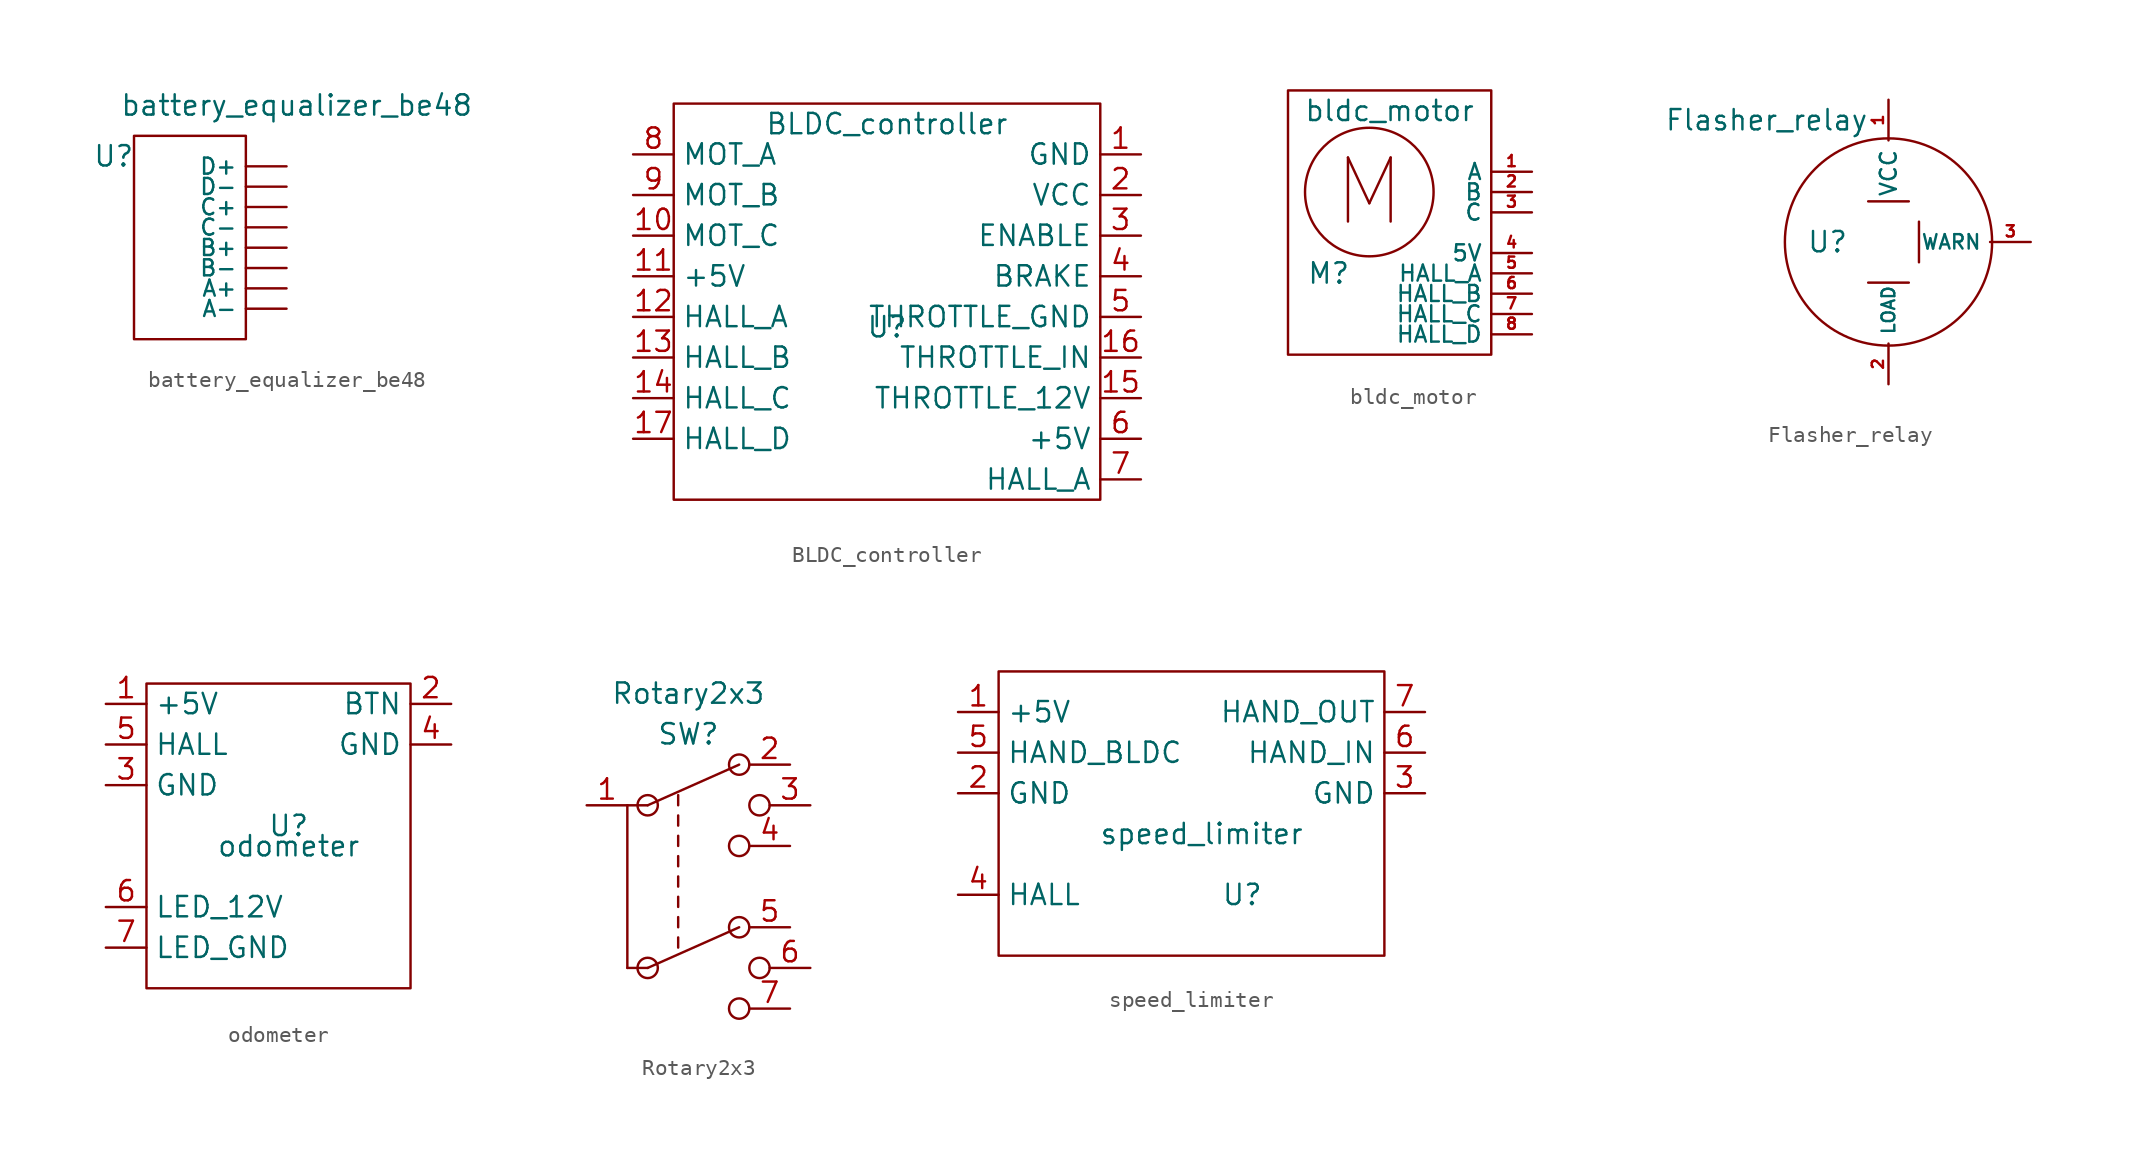
<source format=kicad_sym>
(kicad_symbol_lib
  (version 20211014)
  (generator kicad_symbol_editor)
  (symbol "battery_equalizer_be48"
    (property "Reference" "U"
      (at -6.985 4.445 0)
      (effects (font (size 1.27 1.27))))
    (property "Value" "battery_equalizer_be48"
      (at 4.445 7.62 0)
      (effects (font (size 1.27 1.27))))
    (symbol "battery_equalizer_be48_0_1"
      (rectangle (start -5.715 5.715) (end 1.27 -6.985) (stroke (width 0) (type default) (color 0 0 0 0)) (fill (type none))))
    (symbol "battery_equalizer_be48_1_1"
      (pin bidirectional line (at 3.81 -3.81 180) (length 2.54) (name "A+" (effects (font (size 1 1)))) (number "" (effects (font (size 1.27 1.27)))))
      (pin bidirectional line (at 3.81 -5.08 180) (length 2.54) (name "A-" (effects (font (size 1 1)))) (number "" (effects (font (size 1.27 1.27)))))
      (pin bidirectional line (at 3.81 -1.27 180) (length 2.54) (name "B+" (effects (font (size 1 1)))) (number "" (effects (font (size 1.27 1.27)))))
      (pin bidirectional line (at 3.81 -2.54 180) (length 2.54) (name "B-" (effects (font (size 1 1)))) (number "" (effects (font (size 1.27 1.27)))))
      (pin bidirectional line (at 3.81 1.27 180) (length 2.54) (name "C+" (effects (font (size 1 1)))) (number "" (effects (font (size 1.27 1.27)))))
      (pin bidirectional line (at 3.81 0 180) (length 2.54) (name "C-" (effects (font (size 1 1)))) (number "" (effects (font (size 1.27 1.27)))))
      (pin bidirectional line (at 3.81 3.81 180) (length 2.54) (name "D+" (effects (font (size 1 1)))) (number "" (effects (font (size 1.27 1.27)))))
      (pin bidirectional line (at 3.81 2.54 180) (length 2.54) (name "D-" (effects (font (size 1 1)))) (number "" (effects (font (size 1.27 1.27)))))))
  (symbol "BLDC_controller"
    (property "Reference" "U"
      (at 0.635 -3.175 0)
      (effects (font (size 1.27 1.27))))
    (property "Value" "BLDC_controller"
      (at 0.635 9.525 0)
      (effects (font (size 1.27 1.27))))
    (symbol "BLDC_controller_0_1"
      (rectangle (start -12.7 10.795) (end 13.97 -13.97) (stroke (width 0) (type default) (color 0 0 0 0)) (fill (type none))))
    (symbol "BLDC_controller_1_1"
      (pin power_in line (at 16.51 7.62 180) (length 2.54) (name "GND" (effects (font (size 1.27 1.27)))) (number "1" (effects (font (size 1.27 1.27)))))
      (pin power_out line (at -15.24 2.54 0) (length 2.54) (name "MOT_C" (effects (font (size 1.27 1.27)))) (number "10" (effects (font (size 1.27 1.27)))))
      (pin output line (at -15.24 0 0) (length 2.54) (name "+5V" (effects (font (size 1.27 1.27)))) (number "11" (effects (font (size 1.27 1.27)))))
      (pin input line (at -15.24 -2.54 0) (length 2.54) (name "HALL_A" (effects (font (size 1.27 1.27)))) (number "12" (effects (font (size 1.27 1.27)))))
      (pin input line (at -15.24 -5.08 0) (length 2.54) (name "HALL_B" (effects (font (size 1.27 1.27)))) (number "13" (effects (font (size 1.27 1.27)))))
      (pin input line (at -15.24 -7.62 0) (length 2.54) (name "HALL_C" (effects (font (size 1.27 1.27)))) (number "14" (effects (font (size 1.27 1.27)))))
      (pin output line (at 16.51 -7.62 180) (length 2.54) (name "THROTTLE_12V" (effects (font (size 1.27 1.27)))) (number "15" (effects (font (size 1.27 1.27)))))
      (pin input line (at 16.51 -5.08 180) (length 2.54) (name "THROTTLE_IN" (effects (font (size 1.27 1.27)))) (number "16" (effects (font (size 1.27 1.27)))))
      (pin input line (at -15.24 -10.16 0) (length 2.54) (name "HALL_D" (effects (font (size 1.27 1.27)))) (number "17" (effects (font (size 1.27 1.27)))))
      (pin power_in line (at 16.51 5.08 180) (length 2.54) (name "VCC" (effects (font (size 1.27 1.27)))) (number "2" (effects (font (size 1.27 1.27)))))
      (pin input line (at 16.51 2.54 180) (length 2.54) (name "ENABLE" (effects (font (size 1.27 1.27)))) (number "3" (effects (font (size 1.27 1.27)))))
      (pin input line (at 16.51 0 180) (length 2.54) (name "BRAKE" (effects (font (size 1.27 1.27)))) (number "4" (effects (font (size 1.27 1.27)))))
      (pin output line (at 16.51 -2.54 180) (length 2.54) (name "THROTTLE_GND" (effects (font (size 1.27 1.27)))) (number "5" (effects (font (size 1.27 1.27)))))
      (pin output line (at 16.51 -10.16 180) (length 2.54) (name "+5V" (effects (font (size 1.27 1.27)))) (number "6" (effects (font (size 1.27 1.27)))))
      (pin output line (at 16.51 -12.7 180) (length 2.54) (name "HALL_A" (effects (font (size 1.27 1.27)))) (number "7" (effects (font (size 1.27 1.27)))))
      (pin power_out line (at -15.24 7.62 0) (length 2.54) (name "MOT_A" (effects (font (size 1.27 1.27)))) (number "8" (effects (font (size 1.27 1.27)))))
      (pin power_out line (at -15.24 5.08 0) (length 2.54) (name "MOT_B" (effects (font (size 1.27 1.27)))) (number "9" (effects (font (size 1.27 1.27)))))))
  (symbol "bldc_motor"
    (property "Reference" "M"
      (at -2.54 -5.08 0)
      (effects (font (size 1.27 1.27))))
    (property "Value" "bldc_motor"
      (at 1.27 5.08 0)
      (effects (font (size 1.27 1.27))))
    (symbol "bldc_motor_0_0"
      (rectangle (start 7.62 6.35) (end -5.08 -10.16) (stroke (width 0) (type default) (color 0 0 0 0)) (fill (type none)))
      (text "M" (at 0 0 0) (effects (font (size 4 4)))))
    (symbol "bldc_motor_0_1"
      (circle (center 0 0) (radius 4.016) (stroke (width 0) (type default) (color 0 0 0 0)) (fill (type none))))
    (symbol "bldc_motor_1_1"
      (pin bidirectional line (at 10.16 1.27 180) (length 2.54) (name "A" (effects (font (size 1 1)))) (number "1" (effects (font (size 0.7 0.7)))))
      (pin bidirectional line (at 10.16 0 180) (length 2.54) (name "B" (effects (font (size 1 1)))) (number "2" (effects (font (size 0.7 0.7)))))
      (pin bidirectional line (at 10.16 -1.27 180) (length 2.54) (name "C" (effects (font (size 1 1)))) (number "3" (effects (font (size 0.7 0.7)))))
      (pin input line (at 10.16 -3.81 180) (length 2.54) (name "5V" (effects (font (size 1 1)))) (number "4" (effects (font (size 0.7 0.7)))))
      (pin output line (at 10.16 -5.08 180) (length 2.54) (name "HALL_A" (effects (font (size 1 1)))) (number "5" (effects (font (size 0.7 0.7)))))
      (pin output line (at 10.16 -6.35 180) (length 2.54) (name "HALL_B" (effects (font (size 1 1)))) (number "6" (effects (font (size 0.7 0.7)))))
      (pin output line (at 10.16 -7.62 180) (length 2.54) (name "HALL_C" (effects (font (size 1 1)))) (number "7" (effects (font (size 0.7 0.7)))))
      (pin output line (at 10.16 -8.89 180) (length 2.54) (name "HALL_D" (effects (font (size 1 1)))) (number "8" (effects (font (size 0.7 0.7)))))))
  (symbol "Flasher_relay"
    (property "Reference" "U"
      (at -3.81 0 0)
      (effects (font (size 1.27 1.27))))
    (property "Value" "Flasher_relay"
      (at -7.62 7.62 0)
      (effects (font (size 1.27 1.27))))
    (symbol "Flasher_relay_0_1"
      (polyline (pts (xy -1.27 -2.54) (xy 1.27 -2.54)) (stroke (width 0) (type default) (color 0 0 0 0)) (fill (type none)))
      (polyline (pts (xy 1.27 2.54) (xy -1.27 2.54)) (stroke (width 0) (type default) (color 0 0 0 0)) (fill (type none)))
      (polyline (pts (xy 1.905 1.27) (xy 1.905 -1.27)) (stroke (width 0) (type default) (color 0 0 0 0)) (fill (type none)))
      (circle (center 0 0) (radius 6.476) (stroke (width 0) (type default) (color 0 0 0 0)) (fill (type none))))
    (symbol "Flasher_relay_1_1"
      (pin power_in line (at 0 8.89 270) (length 2.54) (name "VCC" (effects (font (size 1 1)))) (number "1" (effects (font (size 0.7 0.7)))))
      (pin power_out line (at 0 -8.89 90) (length 2.54) (name "LOAD" (effects (font (size 0.8 0.8)))) (number "2" (effects (font (size 0.7 0.7)))))
      (pin power_in line (at 8.89 0 180) (length 2.54) (name "WARN" (effects (font (size 0.9 0.9)))) (number "3" (effects (font (size 0.7 0.7)))))))
  (symbol "odometer"
    (property "Reference" "U"
      (at 0 0 0)
      (effects (font (size 1.27 1.27))))
    (property "Value" "odometer"
      (at 0 -1.27 0)
      (effects (font (size 1.27 1.27))))
    (symbol "odometer_0_1"
      (polyline (pts (xy -8.89 8.89) (xy -8.89 -10.16) (xy 7.62 -10.16) (xy 7.62 8.89) (xy -8.89 8.89)) (stroke (width 0) (type default) (color 0 0 0 0)) (fill (type none))))
    (symbol "odometer_1_1"
      (pin input line (at -11.43 7.62 0) (length 2.54) (name "+5V" (effects (font (size 1.27 1.27)))) (number "1" (effects (font (size 1.27 1.27)))))
      (pin input line (at 10.16 7.62 180) (length 2.54) (name "BTN" (effects (font (size 1.27 1.27)))) (number "2" (effects (font (size 1.27 1.27)))))
      (pin input line (at -11.43 2.54 0) (length 2.54) (name "GND" (effects (font (size 1.27 1.27)))) (number "3" (effects (font (size 1.27 1.27)))))
      (pin input line (at 10.16 5.08 180) (length 2.54) (name "GND" (effects (font (size 1.27 1.27)))) (number "4" (effects (font (size 1.27 1.27)))))
      (pin input line (at -11.43 5.08 0) (length 2.54) (name "HALL" (effects (font (size 1.27 1.27)))) (number "5" (effects (font (size 1.27 1.27)))))
      (pin input line (at -11.43 -5.08 0) (length 2.54) (name "LED_12V" (effects (font (size 1.27 1.27)))) (number "6" (effects (font (size 1.27 1.27)))))
      (pin input line (at -11.43 -7.62 0) (length 2.54) (name "LED_GND" (effects (font (size 1.27 1.27)))) (number "7" (effects (font (size 1.27 1.27)))))))
  (symbol "Rotary2x3"
    (property "Reference" "SW"
      (at 1.27 8.255 0)
      (effects (font (size 1.27 1.27))))
    (property "Value" "Rotary2x3"
      (at 1.27 10.795 0)
      (effects (font (size 1.27 1.27))))
    (symbol "Rotary2x3_0_0"
      (polyline (pts (xy -2.54 -6.35) (xy -2.54 3.81)) (stroke (width 0) (type default) (color 0 0 0 0)) (fill (type none))))
    (symbol "Rotary2x3_0_1"
      (circle (center -1.27 -6.35) (radius 0.635) (stroke (width 0) (type default) (color 0 0 0 0)) (fill (type none)))
      (circle (center -1.27 3.81) (radius 0.635) (stroke (width 0) (type default) (color 0 0 0 0)) (fill (type none)))
      (polyline (pts (xy -1.27 -6.35) (xy -2.54 -6.35)) (stroke (width 0) (type default) (color 0 0 0 0)) (fill (type none)))
      (polyline (pts (xy -1.27 -6.35) (xy 4.445 -3.81)) (stroke (width 0) (type default) (color 0 0 0 0)) (fill (type none)))
      (polyline (pts (xy -1.27 3.81) (xy -2.54 3.81)) (stroke (width 0) (type default) (color 0 0 0 0)) (fill (type none)))
      (polyline (pts (xy -1.27 3.81) (xy 4.445 6.35)) (stroke (width 0) (type default) (color 0 0 0 0)) (fill (type none)))
      (polyline (pts (xy 0.635 -5.08) (xy 0.635 -4.445)) (stroke (width 0) (type default) (color 0 0 0 0)) (fill (type none)))
      (polyline (pts (xy 0.635 -3.81) (xy 0.635 -3.175)) (stroke (width 0) (type default) (color 0 0 0 0)) (fill (type none)))
      (polyline (pts (xy 0.635 -2.54) (xy 0.635 -1.905)) (stroke (width 0) (type default) (color 0 0 0 0)) (fill (type none)))
      (polyline (pts (xy 0.635 -1.27) (xy 0.635 -0.635)) (stroke (width 0) (type default) (color 0 0 0 0)) (fill (type none)))
      (polyline (pts (xy 0.635 0) (xy 0.635 0.635)) (stroke (width 0) (type default) (color 0 0 0 0)) (fill (type none)))
      (polyline (pts (xy 0.635 1.27) (xy 0.635 1.905)) (stroke (width 0) (type default) (color 0 0 0 0)) (fill (type none)))
      (polyline (pts (xy 0.635 2.54) (xy 0.635 3.175)) (stroke (width 0) (type default) (color 0 0 0 0)) (fill (type none)))
      (polyline (pts (xy 0.635 3.81) (xy 0.635 4.445)) (stroke (width 0) (type default) (color 0 0 0 0)) (fill (type none)))
      (circle (center 4.445 -8.89) (radius 0.635) (stroke (width 0) (type default) (color 0 0 0 0)) (fill (type none)))
      (circle (center 4.445 -3.81) (radius 0.635) (stroke (width 0) (type default) (color 0 0 0 0)) (fill (type none)))
      (circle (center 4.445 1.27) (radius 0.635) (stroke (width 0) (type default) (color 0 0 0 0)) (fill (type none)))
      (circle (center 4.445 6.35) (radius 0.635) (stroke (width 0) (type default) (color 0 0 0 0)) (fill (type none)))
      (circle (center 5.715 -6.35) (radius 0.635) (stroke (width 0) (type default) (color 0 0 0 0)) (fill (type none)))
      (circle (center 5.715 3.81) (radius 0.635) (stroke (width 0) (type default) (color 0 0 0 0)) (fill (type none))))
    (symbol "Rotary2x3_1_1"
      (pin input line (at -5.08 3.81 0) (length 2.54) (name "" (effects (font (size 1.27 1.27)))) (number "1" (effects (font (size 1.27 1.27)))))
      (pin output line (at 7.62 6.35 180) (length 2.54) (name "" (effects (font (size 1.27 1.27)))) (number "2" (effects (font (size 1.27 1.27)))))
      (pin output line (at 8.89 3.81 180) (length 2.54) (name "" (effects (font (size 1.27 1.27)))) (number "3" (effects (font (size 1.27 1.27)))))
      (pin output line (at 7.62 1.27 180) (length 2.54) (name "" (effects (font (size 1.27 1.27)))) (number "4" (effects (font (size 1.27 1.27)))))
      (pin output line (at 7.62 -3.81 180) (length 2.54) (name "" (effects (font (size 1.27 1.27)))) (number "5" (effects (font (size 1.27 1.27)))))
      (pin output line (at 8.89 -6.35 180) (length 2.54) (name "" (effects (font (size 1.27 1.27)))) (number "6" (effects (font (size 1.27 1.27)))))
      (pin output line (at 7.62 -8.89 180) (length 2.54) (name "" (effects (font (size 1.27 1.27)))) (number "7" (effects (font (size 1.27 1.27)))))))
  (symbol "speed_limiter"
    (property "Reference" "U"
      (at 2.54 -5.08 0)
      (effects (font (size 1.27 1.27))))
    (property "Value" "speed_limiter"
      (at 0 -1.27 0)
      (effects (font (size 1.27 1.27))))
    (symbol "speed_limiter_0_1"
      (polyline (pts (xy -12.7 8.89) (xy -12.7 -8.89) (xy 11.43 -8.89) (xy 11.43 8.89) (xy -12.7 8.89)) (stroke (width 0) (type default) (color 0 0 0 0)) (fill (type none))))
    (symbol "speed_limiter_1_1"
      (pin input line (at -15.24 6.35 0) (length 2.54) (name "+5V" (effects (font (size 1.27 1.27)))) (number "1" (effects (font (size 1.27 1.27)))))
      (pin input line (at -15.24 1.27 0) (length 2.54) (name "GND" (effects (font (size 1.27 1.27)))) (number "2" (effects (font (size 1.27 1.27)))))
      (pin output line (at 13.97 1.27 180) (length 2.54) (name "GND" (effects (font (size 1.27 1.27)))) (number "3" (effects (font (size 1.27 1.27)))))
      (pin input line (at -15.24 -5.08 0) (length 2.54) (name "HALL" (effects (font (size 1.27 1.27)))) (number "4" (effects (font (size 1.27 1.27)))))
      (pin output line (at -15.24 3.81 0) (length 2.54) (name "HAND_BLDC" (effects (font (size 1.27 1.27)))) (number "5" (effects (font (size 1.27 1.27)))))
      (pin input line (at 13.97 3.81 180) (length 2.54) (name "HAND_IN" (effects (font (size 1.27 1.27)))) (number "6" (effects (font (size 1.27 1.27)))))
      (pin output line (at 13.97 6.35 180) (length 2.54) (name "HAND_OUT" (effects (font (size 1.27 1.27)))) (number "7" (effects (font (size 1.27 1.27))))))))
</source>
